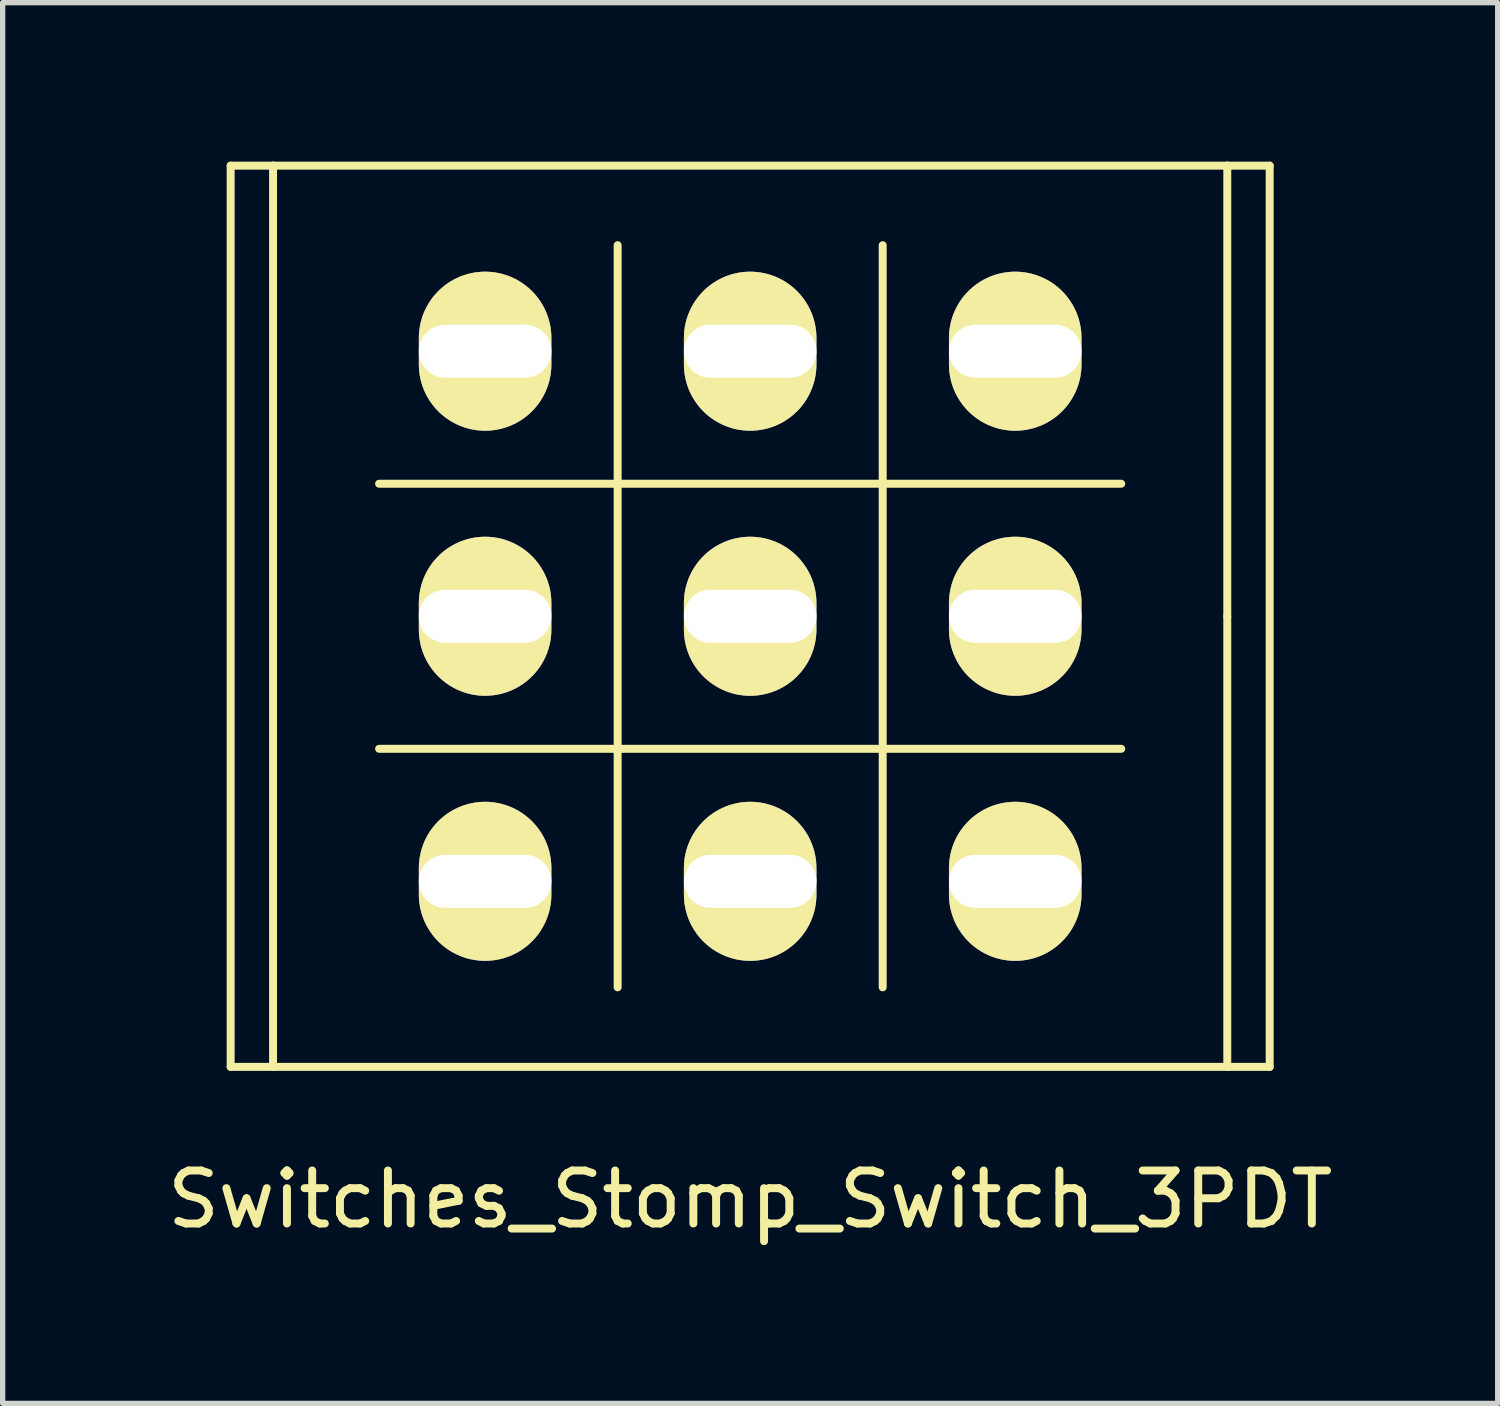
<source format=kicad_pcb>
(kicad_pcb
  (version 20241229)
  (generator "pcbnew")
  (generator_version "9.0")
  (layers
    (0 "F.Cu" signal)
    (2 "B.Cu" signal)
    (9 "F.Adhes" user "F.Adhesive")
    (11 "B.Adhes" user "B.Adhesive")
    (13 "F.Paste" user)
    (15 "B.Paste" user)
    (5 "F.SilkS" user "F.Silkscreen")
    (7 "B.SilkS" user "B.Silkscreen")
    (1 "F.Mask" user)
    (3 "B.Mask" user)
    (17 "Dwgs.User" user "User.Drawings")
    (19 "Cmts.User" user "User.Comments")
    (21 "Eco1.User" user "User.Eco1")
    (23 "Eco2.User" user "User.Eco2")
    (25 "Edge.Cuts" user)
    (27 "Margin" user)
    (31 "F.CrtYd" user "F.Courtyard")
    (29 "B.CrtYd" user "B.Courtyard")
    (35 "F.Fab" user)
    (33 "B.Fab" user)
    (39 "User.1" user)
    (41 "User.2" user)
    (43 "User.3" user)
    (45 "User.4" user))
  (footprint "Switches_Stomp_Switch_3PDT"
    (layer "F.Cu")
    (at 11.101 8.575)
    (property "Reference" "Switches_Stomp_Switch_3PDT" (at 0 11 0) (layer "F.SilkS") (effects (font (size 1 1) (thickness 0.15))))
    (attr through_hole)
    (fp_line (start -9.8 -8.5) (end -9 -8.5) (stroke (width 0.15) (type solid)) (layer "F.SilkS"))
    (fp_line (start -9.8 8.5) (end -9.8 -8.5) (stroke (width 0.15) (type solid)) (layer "F.SilkS"))
    (fp_line (start -9 -8.5) (end 9 -8.5) (stroke (width 0.15) (type solid)) (layer "F.SilkS"))
    (fp_line (start -9 8.5) (end -9.8 8.5) (stroke (width 0.15) (type solid)) (layer "F.SilkS"))
    (fp_line (start -9 8.5) (end -9 -8.5) (stroke (width 0.15) (type solid)) (layer "F.SilkS"))
    (fp_line (start -9 8.5) (end 9 8.5) (stroke (width 0.15) (type solid)) (layer "F.SilkS"))
    (fp_line (start -7 -2.5) (end 7 -2.5) (stroke (width 0.15) (type solid)) (layer "F.SilkS"))
    (fp_line (start -2.5 -7) (end -2.5 7) (stroke (width 0.15) (type solid)) (layer "F.SilkS"))
    (fp_line (start 2.5 7) (end 2.5 -7) (stroke (width 0.15) (type solid)) (layer "F.SilkS"))
    (fp_line (start 7 2.5) (end -7 2.5) (stroke (width 0.15) (type solid)) (layer "F.SilkS"))
    (fp_line (start 9 -8.5) (end 9 0) (stroke (width 0.15) (type solid)) (layer "F.SilkS"))
    (fp_line (start 9 8.5) (end 9 0) (stroke (width 0.15) (type solid)) (layer "F.SilkS"))
    (fp_line (start 9.8 -8.5) (end 9 -8.5) (stroke (width 0.15) (type solid)) (layer "F.SilkS"))
    (fp_line (start 9.8 8.5) (end 9 8.5) (stroke (width 0.15) (type solid)) (layer "F.SilkS"))
    (fp_line (start 9.8 8.5) (end 9.8 -8.5) (stroke (width 0.15) (type solid)) (layer "F.SilkS"))
    (pad "1" thru_hole oval (at -5 -5) (size 2.5 3) (drill oval 2.5 1) (layers "*.Cu" "*.Mask" "F.SilkS"))
    (pad "2" thru_hole oval (at 0 -5) (size 2.5 3) (drill oval 2.5 1) (layers "*.Cu" "*.Mask" "F.SilkS"))
    (pad "3" thru_hole oval (at 5 -5) (size 2.5 3) (drill oval 2.5 1) (layers "*.Cu" "*.Mask" "F.SilkS"))
    (pad "4" thru_hole oval (at -5 0) (size 2.5 3) (drill oval 2.5 1) (layers "*.Cu" "*.Mask" "F.SilkS"))
    (pad "5" thru_hole oval (at 0 0) (size 2.5 3) (drill oval 2.5 1) (layers "*.Cu" "*.Mask" "F.SilkS"))
    (pad "6" thru_hole oval (at 5 0) (size 2.5 3) (drill oval 2.5 1) (layers "*.Cu" "*.Mask" "F.SilkS"))
    (pad "7" thru_hole oval (at -5 5) (size 2.5 3) (drill oval 2.5 1) (layers "*.Cu" "*.Mask" "F.SilkS"))
    (pad "8" thru_hole oval (at 0 5) (size 2.5 3) (drill oval 2.5 1) (layers "*.Cu" "*.Mask" "F.SilkS"))
    (pad "9" thru_hole oval (at 5 5) (size 2.5 3) (drill oval 2.5 1) (layers "*.Cu" "*.Mask" "F.SilkS")))
  (gr_rect
    (start -3 -3)
    (end 25.202 23.423)
    (stroke (width 0.1) (type default))
    (fill no)
    (layer "Edge.Cuts")))
</source>
